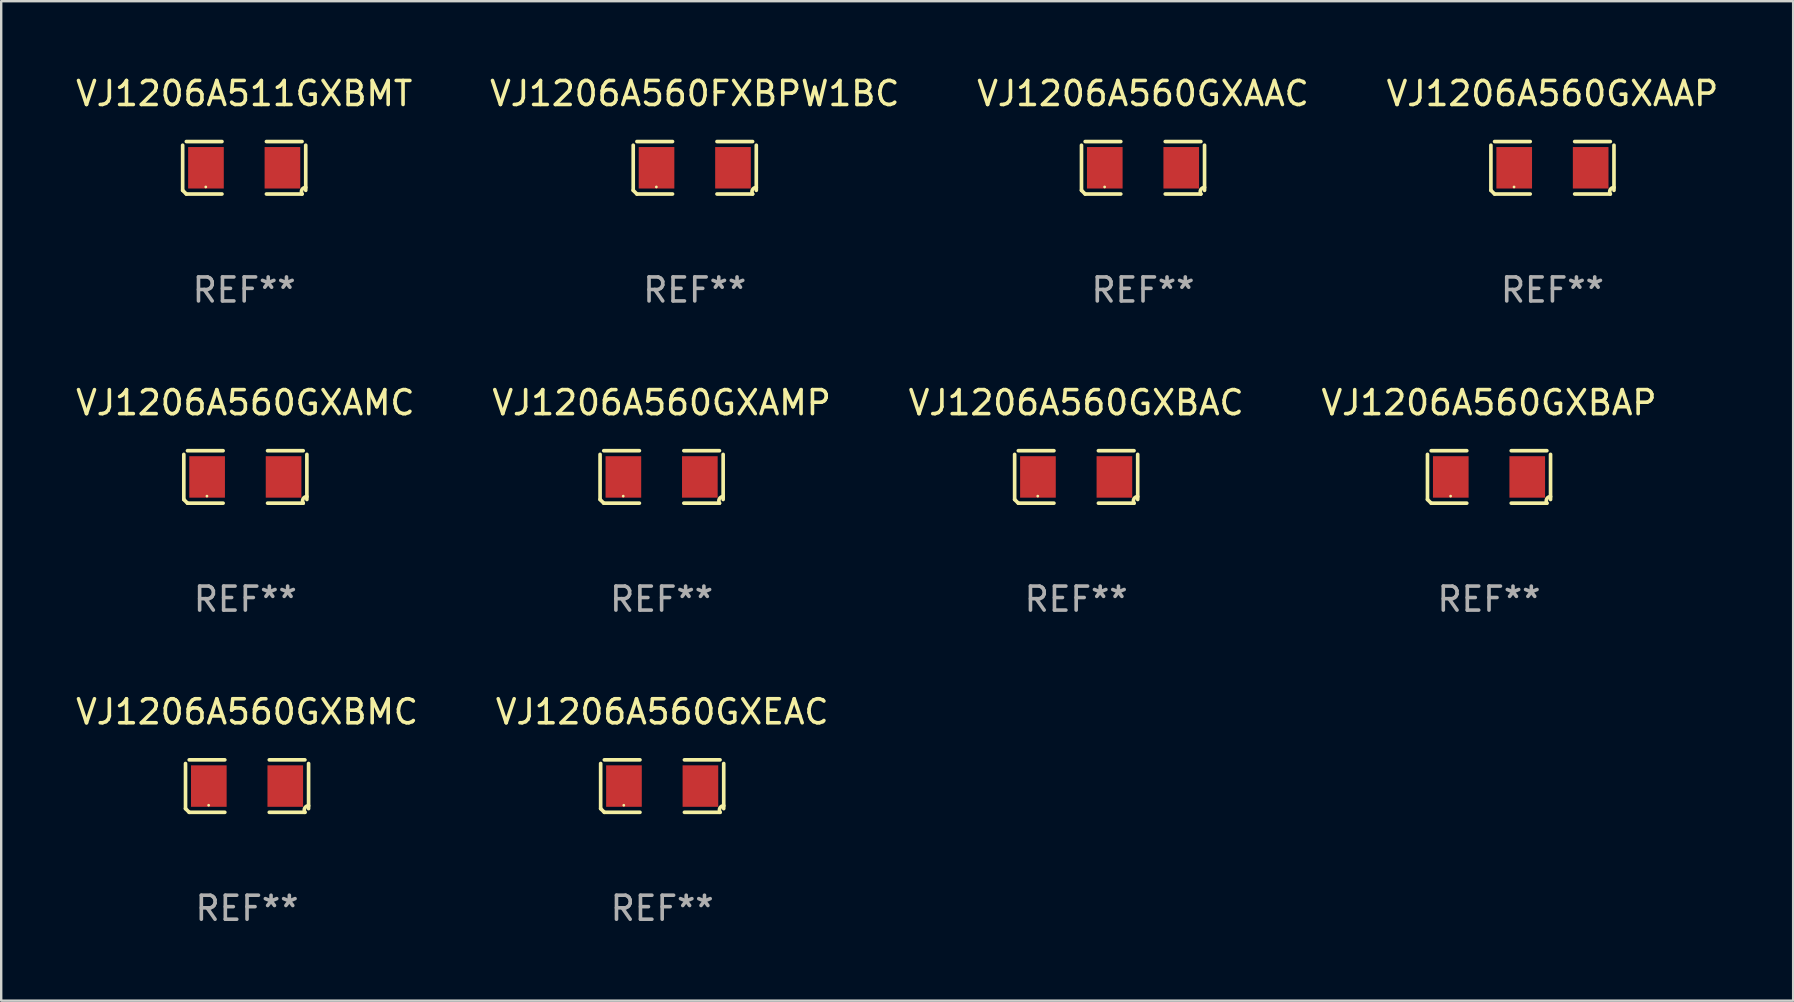
<source format=kicad_pcb>
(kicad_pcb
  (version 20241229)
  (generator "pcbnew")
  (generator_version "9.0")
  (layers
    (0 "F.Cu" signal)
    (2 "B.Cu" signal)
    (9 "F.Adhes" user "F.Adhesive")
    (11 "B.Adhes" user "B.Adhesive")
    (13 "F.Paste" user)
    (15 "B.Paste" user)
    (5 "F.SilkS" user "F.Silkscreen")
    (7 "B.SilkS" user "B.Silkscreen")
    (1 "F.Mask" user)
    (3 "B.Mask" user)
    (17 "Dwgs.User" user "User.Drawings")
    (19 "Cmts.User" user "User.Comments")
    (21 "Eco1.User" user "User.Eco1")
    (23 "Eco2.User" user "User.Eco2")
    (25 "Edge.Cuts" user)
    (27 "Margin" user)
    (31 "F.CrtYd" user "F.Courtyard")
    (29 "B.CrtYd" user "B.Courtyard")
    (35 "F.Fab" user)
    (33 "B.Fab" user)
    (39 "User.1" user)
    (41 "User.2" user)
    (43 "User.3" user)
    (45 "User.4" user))
  (footprint "VJ1206A511GXBMT"
    (layer "F.Cu")
    (at 7.125 3.941)
    (property "Reference" "VJ1206A511GXBMT" (at 0 -3.093 0) (layer "F.SilkS") (effects (font (size 1 1) (thickness 0.15))))
    (attr through_hole)
    (fp_line (start -2.564 0.94) (end -2.564 -0.94) (stroke (width 0.152) (type solid)) (layer "F.SilkS"))
    (fp_line (start -2.411 -1.093) (end -0.926 -1.093) (stroke (width 0.152) (type solid)) (layer "F.SilkS"))
    (fp_line (start -0.926 1.093) (end -2.411 1.093) (stroke (width 0.152) (type solid)) (layer "F.SilkS"))
    (fp_line (start 0.926 1.093) (end 2.411 1.093) (stroke (width 0.152) (type solid)) (layer "F.SilkS"))
    (fp_line (start 2.411 -1.093) (end 0.926 -1.093) (stroke (width 0.152) (type solid)) (layer "F.SilkS"))
    (fp_line (start 2.564 0.94) (end 2.564 -0.94) (stroke (width 0.152) (type solid)) (layer "F.SilkS"))
    (fp_arc (start -2.411201 1.092609) (mid -2.487413 1.01642) (end -2.563602 0.940208) (stroke (width 0.1524) (type solid)) (layer "F.SilkS"))
    (fp_arc (start 2.411201 1.092609) (mid 2.407159 0.911226) (end 2.563602 0.819347) (stroke (width 0.1524) (type solid)) (layer "F.SilkS"))
    (fp_circle (center -1.6 0.8) (end -1.57 0.8) (stroke (width 0.06) (type solid)) (fill no) (layer "F.SilkS"))
    (fp_text user "REF**" (at 0 5.093 0) (layer "F.Fab") (effects (font (size 1 1) (thickness 0.15))))
    (pad "1" smd rect (at -1.593 0) (size 1.485 1.728) (layers "F.Cu" "F.Mask" "F.Paste"))
    (pad "2" smd rect (at 1.593 0) (size 1.485 1.728) (layers "F.Cu" "F.Mask" "F.Paste")))
  (footprint "VJ1206A560GXBMC"
    (layer "F.Cu")
    (at 7.244 29.704)
    (property "Reference" "VJ1206A560GXBMC" (at 0 -3.093 0) (layer "F.SilkS") (effects (font (size 1 1) (thickness 0.15))))
    (attr through_hole)
    (fp_line (start -2.564 0.94) (end -2.564 -0.94) (stroke (width 0.152) (type solid)) (layer "F.SilkS"))
    (fp_line (start -2.411 -1.093) (end -0.926 -1.093) (stroke (width 0.152) (type solid)) (layer "F.SilkS"))
    (fp_line (start -0.926 1.093) (end -2.411 1.093) (stroke (width 0.152) (type solid)) (layer "F.SilkS"))
    (fp_line (start 0.926 1.093) (end 2.411 1.093) (stroke (width 0.152) (type solid)) (layer "F.SilkS"))
    (fp_line (start 2.411 -1.093) (end 0.926 -1.093) (stroke (width 0.152) (type solid)) (layer "F.SilkS"))
    (fp_line (start 2.564 0.94) (end 2.564 -0.94) (stroke (width 0.152) (type solid)) (layer "F.SilkS"))
    (fp_arc (start -2.411201 1.092609) (mid -2.487413 1.01642) (end -2.563602 0.940208) (stroke (width 0.1524) (type solid)) (layer "F.SilkS"))
    (fp_arc (start 2.411201 1.092609) (mid 2.407159 0.911226) (end 2.563602 0.819347) (stroke (width 0.1524) (type solid)) (layer "F.SilkS"))
    (fp_circle (center -1.6 0.8) (end -1.57 0.8) (stroke (width 0.06) (type solid)) (fill no) (layer "F.SilkS"))
    (fp_text user "REF**" (at 0 5.093 0) (layer "F.Fab") (effects (font (size 1 1) (thickness 0.15))))
    (pad "1" smd rect (at -1.593 0) (size 1.485 1.728) (layers "F.Cu" "F.Mask" "F.Paste"))
    (pad "2" smd rect (at 1.593 0) (size 1.485 1.728) (layers "F.Cu" "F.Mask" "F.Paste")))
  (footprint "VJ1206A560GXBAP"
    (layer "F.Cu")
    (at 58.994 16.823)
    (property "Reference" "VJ1206A560GXBAP" (at 0 -3.093 0) (layer "F.SilkS") (effects (font (size 1 1) (thickness 0.15))))
    (attr through_hole)
    (fp_line (start -2.564 0.94) (end -2.564 -0.94) (stroke (width 0.152) (type solid)) (layer "F.SilkS"))
    (fp_line (start -2.411 -1.093) (end -0.926 -1.093) (stroke (width 0.152) (type solid)) (layer "F.SilkS"))
    (fp_line (start -0.926 1.093) (end -2.411 1.093) (stroke (width 0.152) (type solid)) (layer "F.SilkS"))
    (fp_line (start 0.926 1.093) (end 2.411 1.093) (stroke (width 0.152) (type solid)) (layer "F.SilkS"))
    (fp_line (start 2.411 -1.093) (end 0.926 -1.093) (stroke (width 0.152) (type solid)) (layer "F.SilkS"))
    (fp_line (start 2.564 0.94) (end 2.564 -0.94) (stroke (width 0.152) (type solid)) (layer "F.SilkS"))
    (fp_arc (start -2.411201 1.092609) (mid -2.487413 1.01642) (end -2.563602 0.940208) (stroke (width 0.1524) (type solid)) (layer "F.SilkS"))
    (fp_arc (start 2.411201 1.092609) (mid 2.407159 0.911226) (end 2.563602 0.819347) (stroke (width 0.1524) (type solid)) (layer "F.SilkS"))
    (fp_circle (center -1.6 0.8) (end -1.57 0.8) (stroke (width 0.06) (type solid)) (fill no) (layer "F.SilkS"))
    (fp_text user "REF**" (at 0 5.093 0) (layer "F.Fab") (effects (font (size 1 1) (thickness 0.15))))
    (pad "1" smd rect (at -1.593 0) (size 1.485 1.728) (layers "F.Cu" "F.Mask" "F.Paste"))
    (pad "2" smd rect (at 1.593 0) (size 1.485 1.728) (layers "F.Cu" "F.Mask" "F.Paste")))
  (footprint "VJ1206A560GXAMC"
    (layer "F.Cu")
    (at 7.173 16.823)
    (property "Reference" "VJ1206A560GXAMC" (at 0 -3.093 0) (layer "F.SilkS") (effects (font (size 1 1) (thickness 0.15))))
    (attr through_hole)
    (fp_line (start -2.564 0.94) (end -2.564 -0.94) (stroke (width 0.152) (type solid)) (layer "F.SilkS"))
    (fp_line (start -2.411 -1.093) (end -0.926 -1.093) (stroke (width 0.152) (type solid)) (layer "F.SilkS"))
    (fp_line (start -0.926 1.093) (end -2.411 1.093) (stroke (width 0.152) (type solid)) (layer "F.SilkS"))
    (fp_line (start 0.926 1.093) (end 2.411 1.093) (stroke (width 0.152) (type solid)) (layer "F.SilkS"))
    (fp_line (start 2.411 -1.093) (end 0.926 -1.093) (stroke (width 0.152) (type solid)) (layer "F.SilkS"))
    (fp_line (start 2.564 0.94) (end 2.564 -0.94) (stroke (width 0.152) (type solid)) (layer "F.SilkS"))
    (fp_arc (start -2.411201 1.092609) (mid -2.487413 1.01642) (end -2.563602 0.940208) (stroke (width 0.1524) (type solid)) (layer "F.SilkS"))
    (fp_arc (start 2.411201 1.092609) (mid 2.407159 0.911226) (end 2.563602 0.819347) (stroke (width 0.1524) (type solid)) (layer "F.SilkS"))
    (fp_circle (center -1.6 0.8) (end -1.57 0.8) (stroke (width 0.06) (type solid)) (fill no) (layer "F.SilkS"))
    (fp_text user "REF**" (at 0 5.093 0) (layer "F.Fab") (effects (font (size 1 1) (thickness 0.15))))
    (pad "1" smd rect (at -1.593 0) (size 1.485 1.728) (layers "F.Cu" "F.Mask" "F.Paste"))
    (pad "2" smd rect (at 1.593 0) (size 1.485 1.728) (layers "F.Cu" "F.Mask" "F.Paste")))
  (footprint "VJ1206A560GXBAC"
    (layer "F.Cu")
    (at 41.792 16.823)
    (property "Reference" "VJ1206A560GXBAC" (at 0 -3.093 0) (layer "F.SilkS") (effects (font (size 1 1) (thickness 0.15))))
    (attr through_hole)
    (fp_line (start -2.564 0.94) (end -2.564 -0.94) (stroke (width 0.152) (type solid)) (layer "F.SilkS"))
    (fp_line (start -2.411 -1.093) (end -0.926 -1.093) (stroke (width 0.152) (type solid)) (layer "F.SilkS"))
    (fp_line (start -0.926 1.093) (end -2.411 1.093) (stroke (width 0.152) (type solid)) (layer "F.SilkS"))
    (fp_line (start 0.926 1.093) (end 2.411 1.093) (stroke (width 0.152) (type solid)) (layer "F.SilkS"))
    (fp_line (start 2.411 -1.093) (end 0.926 -1.093) (stroke (width 0.152) (type solid)) (layer "F.SilkS"))
    (fp_line (start 2.564 0.94) (end 2.564 -0.94) (stroke (width 0.152) (type solid)) (layer "F.SilkS"))
    (fp_arc (start -2.411201 1.092609) (mid -2.487413 1.01642) (end -2.563602 0.940208) (stroke (width 0.1524) (type solid)) (layer "F.SilkS"))
    (fp_arc (start 2.411201 1.092609) (mid 2.407159 0.911226) (end 2.563602 0.819347) (stroke (width 0.1524) (type solid)) (layer "F.SilkS"))
    (fp_circle (center -1.6 0.8) (end -1.57 0.8) (stroke (width 0.06) (type solid)) (fill no) (layer "F.SilkS"))
    (fp_text user "REF**" (at 0 5.093 0) (layer "F.Fab") (effects (font (size 1 1) (thickness 0.15))))
    (pad "1" smd rect (at -1.593 0) (size 1.485 1.728) (layers "F.Cu" "F.Mask" "F.Paste"))
    (pad "2" smd rect (at 1.593 0) (size 1.485 1.728) (layers "F.Cu" "F.Mask" "F.Paste")))
  (footprint "VJ1206A560FXBPW1BC"
    (layer "F.Cu")
    (at 25.899 3.941)
    (property "Reference" "VJ1206A560FXBPW1BC" (at 0 -3.093 0) (layer "F.SilkS") (effects (font (size 1 1) (thickness 0.15))))
    (attr through_hole)
    (fp_line (start -2.564 0.94) (end -2.564 -0.94) (stroke (width 0.152) (type solid)) (layer "F.SilkS"))
    (fp_line (start -2.411 -1.093) (end -0.926 -1.093) (stroke (width 0.152) (type solid)) (layer "F.SilkS"))
    (fp_line (start -0.926 1.093) (end -2.411 1.093) (stroke (width 0.152) (type solid)) (layer "F.SilkS"))
    (fp_line (start 0.926 1.093) (end 2.411 1.093) (stroke (width 0.152) (type solid)) (layer "F.SilkS"))
    (fp_line (start 2.411 -1.093) (end 0.926 -1.093) (stroke (width 0.152) (type solid)) (layer "F.SilkS"))
    (fp_line (start 2.564 0.94) (end 2.564 -0.94) (stroke (width 0.152) (type solid)) (layer "F.SilkS"))
    (fp_arc (start -2.411201 1.092609) (mid -2.487413 1.01642) (end -2.563602 0.940208) (stroke (width 0.1524) (type solid)) (layer "F.SilkS"))
    (fp_arc (start 2.411201 1.092609) (mid 2.407159 0.911226) (end 2.563602 0.819347) (stroke (width 0.1524) (type solid)) (layer "F.SilkS"))
    (fp_circle (center -1.6 0.8) (end -1.57 0.8) (stroke (width 0.06) (type solid)) (fill no) (layer "F.SilkS"))
    (fp_text user "REF**" (at 0 5.093 0) (layer "F.Fab") (effects (font (size 1 1) (thickness 0.15))))
    (pad "1" smd rect (at -1.593 0) (size 1.485 1.728) (layers "F.Cu" "F.Mask" "F.Paste"))
    (pad "2" smd rect (at 1.593 0) (size 1.485 1.728) (layers "F.Cu" "F.Mask" "F.Paste")))
  (footprint "VJ1206A560GXAAP"
    (layer "F.Cu")
    (at 61.637 3.941)
    (property "Reference" "VJ1206A560GXAAP" (at 0 -3.093 0) (layer "F.SilkS") (effects (font (size 1 1) (thickness 0.15))))
    (attr through_hole)
    (fp_line (start -2.564 0.94) (end -2.564 -0.94) (stroke (width 0.152) (type solid)) (layer "F.SilkS"))
    (fp_line (start -2.411 -1.093) (end -0.926 -1.093) (stroke (width 0.152) (type solid)) (layer "F.SilkS"))
    (fp_line (start -0.926 1.093) (end -2.411 1.093) (stroke (width 0.152) (type solid)) (layer "F.SilkS"))
    (fp_line (start 0.926 1.093) (end 2.411 1.093) (stroke (width 0.152) (type solid)) (layer "F.SilkS"))
    (fp_line (start 2.411 -1.093) (end 0.926 -1.093) (stroke (width 0.152) (type solid)) (layer "F.SilkS"))
    (fp_line (start 2.564 0.94) (end 2.564 -0.94) (stroke (width 0.152) (type solid)) (layer "F.SilkS"))
    (fp_arc (start -2.411201 1.092609) (mid -2.487413 1.01642) (end -2.563602 0.940208) (stroke (width 0.1524) (type solid)) (layer "F.SilkS"))
    (fp_arc (start 2.411201 1.092609) (mid 2.407159 0.911226) (end 2.563602 0.819347) (stroke (width 0.1524) (type solid)) (layer "F.SilkS"))
    (fp_circle (center -1.6 0.8) (end -1.57 0.8) (stroke (width 0.06) (type solid)) (fill no) (layer "F.SilkS"))
    (fp_text user "REF**" (at 0 5.093 0) (layer "F.Fab") (effects (font (size 1 1) (thickness 0.15))))
    (pad "1" smd rect (at -1.593 0) (size 1.485 1.728) (layers "F.Cu" "F.Mask" "F.Paste"))
    (pad "2" smd rect (at 1.593 0) (size 1.485 1.728) (layers "F.Cu" "F.Mask" "F.Paste")))
  (footprint "VJ1206A560GXEAC"
    (layer "F.Cu")
    (at 24.542 29.704)
    (property "Reference" "VJ1206A560GXEAC" (at 0 -3.093 0) (layer "F.SilkS") (effects (font (size 1 1) (thickness 0.15))))
    (attr through_hole)
    (fp_line (start -2.564 0.94) (end -2.564 -0.94) (stroke (width 0.152) (type solid)) (layer "F.SilkS"))
    (fp_line (start -2.411 -1.093) (end -0.926 -1.093) (stroke (width 0.152) (type solid)) (layer "F.SilkS"))
    (fp_line (start -0.926 1.093) (end -2.411 1.093) (stroke (width 0.152) (type solid)) (layer "F.SilkS"))
    (fp_line (start 0.926 1.093) (end 2.411 1.093) (stroke (width 0.152) (type solid)) (layer "F.SilkS"))
    (fp_line (start 2.411 -1.093) (end 0.926 -1.093) (stroke (width 0.152) (type solid)) (layer "F.SilkS"))
    (fp_line (start 2.564 0.94) (end 2.564 -0.94) (stroke (width 0.152) (type solid)) (layer "F.SilkS"))
    (fp_arc (start -2.411201 1.092609) (mid -2.487413 1.01642) (end -2.563602 0.940208) (stroke (width 0.1524) (type solid)) (layer "F.SilkS"))
    (fp_arc (start 2.411201 1.092609) (mid 2.407159 0.911226) (end 2.563602 0.819347) (stroke (width 0.1524) (type solid)) (layer "F.SilkS"))
    (fp_circle (center -1.6 0.8) (end -1.57 0.8) (stroke (width 0.06) (type solid)) (fill no) (layer "F.SilkS"))
    (fp_text user "REF**" (at 0 5.093 0) (layer "F.Fab") (effects (font (size 1 1) (thickness 0.15))))
    (pad "1" smd rect (at -1.593 0) (size 1.485 1.728) (layers "F.Cu" "F.Mask" "F.Paste"))
    (pad "2" smd rect (at 1.593 0) (size 1.485 1.728) (layers "F.Cu" "F.Mask" "F.Paste")))
  (footprint "VJ1206A560GXAMP"
    (layer "F.Cu")
    (at 24.518 16.823)
    (property "Reference" "VJ1206A560GXAMP" (at 0 -3.093 0) (layer "F.SilkS") (effects (font (size 1 1) (thickness 0.15))))
    (attr through_hole)
    (fp_line (start -2.564 0.94) (end -2.564 -0.94) (stroke (width 0.152) (type solid)) (layer "F.SilkS"))
    (fp_line (start -2.411 -1.093) (end -0.926 -1.093) (stroke (width 0.152) (type solid)) (layer "F.SilkS"))
    (fp_line (start -0.926 1.093) (end -2.411 1.093) (stroke (width 0.152) (type solid)) (layer "F.SilkS"))
    (fp_line (start 0.926 1.093) (end 2.411 1.093) (stroke (width 0.152) (type solid)) (layer "F.SilkS"))
    (fp_line (start 2.411 -1.093) (end 0.926 -1.093) (stroke (width 0.152) (type solid)) (layer "F.SilkS"))
    (fp_line (start 2.564 0.94) (end 2.564 -0.94) (stroke (width 0.152) (type solid)) (layer "F.SilkS"))
    (fp_arc (start -2.411201 1.092609) (mid -2.487413 1.01642) (end -2.563602 0.940208) (stroke (width 0.1524) (type solid)) (layer "F.SilkS"))
    (fp_arc (start 2.411201 1.092609) (mid 2.407159 0.911226) (end 2.563602 0.819347) (stroke (width 0.1524) (type solid)) (layer "F.SilkS"))
    (fp_circle (center -1.6 0.8) (end -1.57 0.8) (stroke (width 0.06) (type solid)) (fill no) (layer "F.SilkS"))
    (fp_text user "REF**" (at 0 5.093 0) (layer "F.Fab") (effects (font (size 1 1) (thickness 0.15))))
    (pad "1" smd rect (at -1.593 0) (size 1.485 1.728) (layers "F.Cu" "F.Mask" "F.Paste"))
    (pad "2" smd rect (at 1.593 0) (size 1.485 1.728) (layers "F.Cu" "F.Mask" "F.Paste")))
  (footprint "VJ1206A560GXAAC"
    (layer "F.Cu")
    (at 44.577 3.941)
    (property "Reference" "VJ1206A560GXAAC" (at 0 -3.093 0) (layer "F.SilkS") (effects (font (size 1 1) (thickness 0.15))))
    (attr through_hole)
    (fp_line (start -2.564 0.94) (end -2.564 -0.94) (stroke (width 0.152) (type solid)) (layer "F.SilkS"))
    (fp_line (start -2.411 -1.093) (end -0.926 -1.093) (stroke (width 0.152) (type solid)) (layer "F.SilkS"))
    (fp_line (start -0.926 1.093) (end -2.411 1.093) (stroke (width 0.152) (type solid)) (layer "F.SilkS"))
    (fp_line (start 0.926 1.093) (end 2.411 1.093) (stroke (width 0.152) (type solid)) (layer "F.SilkS"))
    (fp_line (start 2.411 -1.093) (end 0.926 -1.093) (stroke (width 0.152) (type solid)) (layer "F.SilkS"))
    (fp_line (start 2.564 0.94) (end 2.564 -0.94) (stroke (width 0.152) (type solid)) (layer "F.SilkS"))
    (fp_arc (start -2.411201 1.092609) (mid -2.487413 1.01642) (end -2.563602 0.940208) (stroke (width 0.1524) (type solid)) (layer "F.SilkS"))
    (fp_arc (start 2.411201 1.092609) (mid 2.407159 0.911226) (end 2.563602 0.819347) (stroke (width 0.1524) (type solid)) (layer "F.SilkS"))
    (fp_circle (center -1.6 0.8) (end -1.57 0.8) (stroke (width 0.06) (type solid)) (fill no) (layer "F.SilkS"))
    (fp_text user "REF**" (at 0 5.093 0) (layer "F.Fab") (effects (font (size 1 1) (thickness 0.15))))
    (pad "1" smd rect (at -1.593 0) (size 1.485 1.728) (layers "F.Cu" "F.Mask" "F.Paste"))
    (pad "2" smd rect (at 1.593 0) (size 1.485 1.728) (layers "F.Cu" "F.Mask" "F.Paste")))
  (gr_rect
    (start -3 -3)
    (end 71.667 38.645)
    (stroke (width 0.1) (type default))
    (fill no)
    (layer "Edge.Cuts")))
</source>
